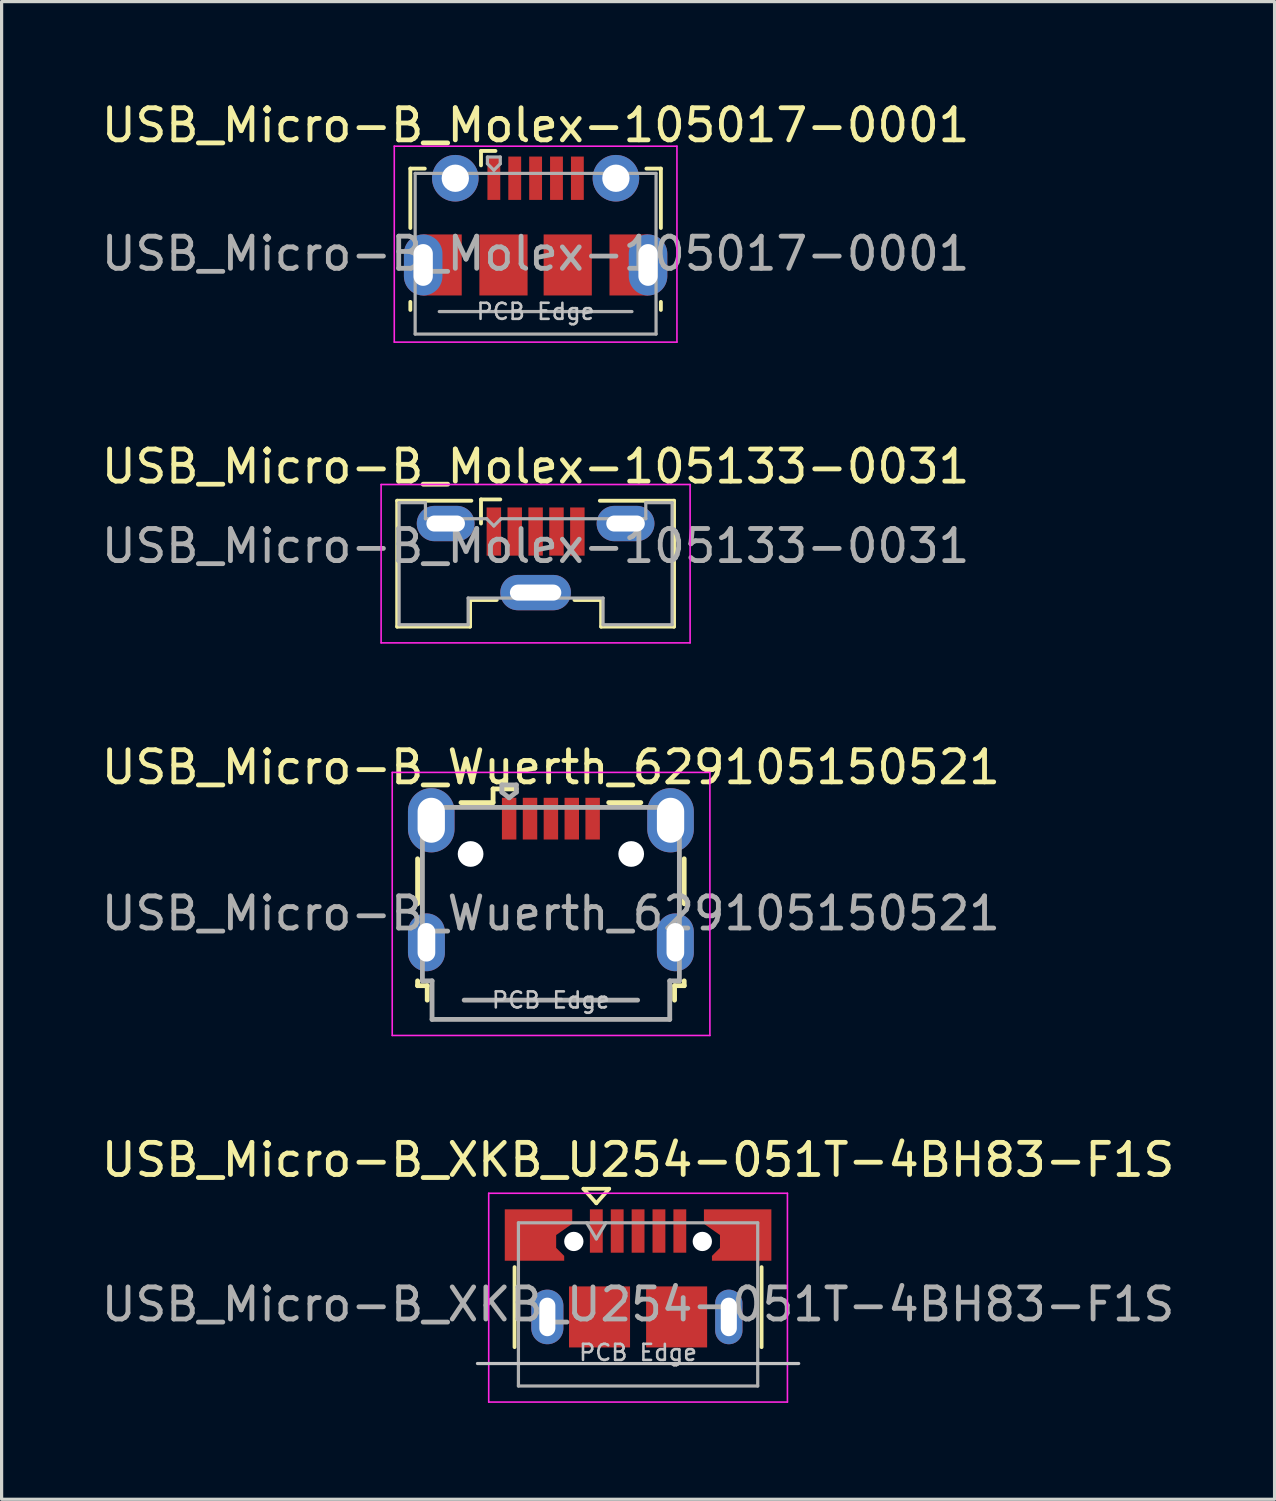
<source format=kicad_pcb>
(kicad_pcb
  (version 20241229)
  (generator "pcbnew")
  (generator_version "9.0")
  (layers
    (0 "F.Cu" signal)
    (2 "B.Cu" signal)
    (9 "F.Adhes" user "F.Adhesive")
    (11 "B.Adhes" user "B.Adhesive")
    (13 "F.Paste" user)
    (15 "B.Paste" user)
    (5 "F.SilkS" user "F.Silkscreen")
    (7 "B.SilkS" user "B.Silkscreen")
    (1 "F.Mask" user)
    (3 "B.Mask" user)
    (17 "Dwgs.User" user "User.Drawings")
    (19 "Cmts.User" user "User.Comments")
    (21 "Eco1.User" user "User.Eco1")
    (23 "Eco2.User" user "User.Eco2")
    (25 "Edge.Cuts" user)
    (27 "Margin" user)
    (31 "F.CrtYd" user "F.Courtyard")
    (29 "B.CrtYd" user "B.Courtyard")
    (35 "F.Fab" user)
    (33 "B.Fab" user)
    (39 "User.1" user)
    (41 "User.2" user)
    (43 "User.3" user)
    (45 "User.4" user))
  (footprint "USB_Micro-B_Wuerth_629105150521"
    (layer "F.Cu")
    (at 14.101 24.337)
    (property "Reference" "USB_Micro-B_Wuerth_629105150521" (at 0 -3.5 0) (layer "F.SilkS") (effects (font (size 1 1) (thickness 0.15))))
    (attr smd)
    (fp_line (start -4.15 -0.65) (end -4.15 0.75) (stroke (width 0.15) (type solid)) (layer "F.SilkS"))
    (fp_line (start -4.15 3.15) (end -4.15 3.3) (stroke (width 0.15) (type solid)) (layer "F.SilkS"))
    (fp_line (start -4.15 3.3) (end -3.85 3.3) (stroke (width 0.15) (type solid)) (layer "F.SilkS"))
    (fp_line (start -3.85 3.3) (end -3.85 3.75) (stroke (width 0.15) (type solid)) (layer "F.SilkS"))
    (fp_line (start -1.8 -2.825) (end -1.8 -2.4) (stroke (width 0.15) (type solid)) (layer "F.SilkS"))
    (fp_line (start -1.8 -2.4) (end -2.8 -2.4) (stroke (width 0.15) (type solid)) (layer "F.SilkS"))
    (fp_line (start -1.075 -2.825) (end -1.8 -2.825) (stroke (width 0.15) (type solid)) (layer "F.SilkS"))
    (fp_line (start 1.8 -2.4) (end 2.8 -2.4) (stroke (width 0.15) (type solid)) (layer "F.SilkS"))
    (fp_line (start 3.85 3.3) (end 4.15 3.3) (stroke (width 0.15) (type solid)) (layer "F.SilkS"))
    (fp_line (start 3.85 3.75) (end 3.85 3.3) (stroke (width 0.15) (type solid)) (layer "F.SilkS"))
    (fp_line (start 4.15 0.75) (end 4.15 -0.65) (stroke (width 0.15) (type solid)) (layer "F.SilkS"))
    (fp_line (start 4.15 3.3) (end 4.15 3.15) (stroke (width 0.15) (type solid)) (layer "F.SilkS"))
    (fp_line (start -4.94 -3.34) (end -4.94 4.85) (stroke (width 0.05) (type solid)) (layer "F.CrtYd"))
    (fp_line (start -4.94 4.85) (end 4.95 4.85) (stroke (width 0.05) (type solid)) (layer "F.CrtYd"))
    (fp_line (start 4.95 -3.34) (end -4.94 -3.34) (stroke (width 0.05) (type solid)) (layer "F.CrtYd"))
    (fp_line (start 4.95 4.85) (end 4.95 -3.34) (stroke (width 0.05) (type solid)) (layer "F.CrtYd"))
    (fp_line (start -4 -2.25) (end -4 3.15) (stroke (width 0.15) (type solid)) (layer "F.Fab"))
    (fp_line (start -4 3.15) (end -3.7 3.15) (stroke (width 0.15) (type solid)) (layer "F.Fab"))
    (fp_line (start -3.7 3.15) (end -3.7 4.35) (stroke (width 0.15) (type solid)) (layer "F.Fab"))
    (fp_line (start -3.7 4.35) (end 3.7 4.35) (stroke (width 0.15) (type solid)) (layer "F.Fab"))
    (fp_line (start -2.7 3.75) (end 2.7 3.75) (stroke (width 0.15) (type solid)) (layer "F.Fab"))
    (fp_line (start -1.525 -2.95) (end -1.075 -2.95) (stroke (width 0.15) (type solid)) (layer "F.Fab"))
    (fp_line (start -1.525 -2.725) (end -1.525 -2.95) (stroke (width 0.15) (type solid)) (layer "F.Fab"))
    (fp_line (start -1.3 -2.55) (end -1.525 -2.725) (stroke (width 0.15) (type solid)) (layer "F.Fab"))
    (fp_line (start -1.075 -2.95) (end -1.075 -2.725) (stroke (width 0.15) (type solid)) (layer "F.Fab"))
    (fp_line (start -1.075 -2.725) (end -1.3 -2.55) (stroke (width 0.15) (type solid)) (layer "F.Fab"))
    (fp_line (start 3.7 3.15) (end 4 3.15) (stroke (width 0.15) (type solid)) (layer "F.Fab"))
    (fp_line (start 3.7 4.35) (end 3.7 3.15) (stroke (width 0.15) (type solid)) (layer "F.Fab"))
    (fp_line (start 4 -2.25) (end -4 -2.25) (stroke (width 0.15) (type solid)) (layer "F.Fab"))
    (fp_line (start 4 3.15) (end 4 -2.25) (stroke (width 0.15) (type solid)) (layer "F.Fab"))
    (fp_text user "PCB Edge" (at 0 3.75 0) (layer "Dwgs.User") (effects (font (size 0.5 0.5) (thickness 0.08))))
    (fp_text user "${REFERENCE}" (at 0 1.05 0) (layer "F.Fab") (effects (font (size 1 1) (thickness 0.15))))
    (pad "" np_thru_hole oval (at -2.5 -0.8) (size 0.8 0.8) (drill 0.8) (layers "*.Cu" "*.Mask"))
    (pad "" np_thru_hole oval (at 2.5 -0.8) (size 0.8 0.8) (drill 0.8) (layers "*.Cu" "*.Mask"))
    (pad "1" smd rect (at -1.3 -1.9) (size 0.45 1.3) (layers "F.Cu" "F.Mask" "F.Paste"))
    (pad "2" smd rect (at -0.65 -1.9) (size 0.45 1.3) (layers "F.Cu" "F.Mask" "F.Paste"))
    (pad "3" smd rect (at 0 -1.9) (size 0.45 1.3) (layers "F.Cu" "F.Mask" "F.Paste"))
    (pad "4" smd rect (at 0.65 -1.9) (size 0.45 1.3) (layers "F.Cu" "F.Mask" "F.Paste"))
    (pad "5" smd rect (at 1.3 -1.9) (size 0.45 1.3) (layers "F.Cu" "F.Mask" "F.Paste"))
    (pad "6" thru_hole oval (at -3.875 1.95) (size 1.15 1.8) (drill oval 0.55 1.2) (property pad_prop_heatsink) (layers "*.Cu" "*.Mask"))
    (pad "6" thru_hole oval (at -3.725 -1.85) (size 1.45 2) (drill oval 0.85 1.4) (property pad_prop_heatsink) (layers "*.Cu" "*.Mask"))
    (pad "6" thru_hole oval (at 3.725 -1.85) (size 1.45 2) (drill oval 0.85 1.4) (property pad_prop_heatsink) (layers "*.Cu" "*.Mask"))
    (pad "6" thru_hole oval (at 3.875 1.95) (size 1.15 1.8) (drill oval 0.55 1.2) (property pad_prop_heatsink) (layers "*.Cu" "*.Mask")))
  (footprint "USB_Micro-B_Molex-105017-0001"
    (layer "F.Cu")
    (at 13.625 3.961)
    (property "Reference" "USB_Micro-B_Molex-105017-0001" (at 0 -3.112 0) (layer "F.SilkS") (effects (font (size 1 1) (thickness 0.15))))
    (attr smd)
    (fp_line (start -3.9 -1.762) (end -3.45 -1.762) (stroke (width 0.12) (type solid)) (layer "F.SilkS"))
    (fp_line (start -3.9 0.087) (end -3.9 -1.762) (stroke (width 0.12) (type solid)) (layer "F.SilkS"))
    (fp_line (start -3.9 2.638) (end -3.9 2.388) (stroke (width 0.12) (type solid)) (layer "F.SilkS"))
    (fp_line (start -1.7 -2.312) (end -1.7 -1.863) (stroke (width 0.12) (type solid)) (layer "F.SilkS"))
    (fp_line (start -1.7 -2.312) (end -1.25 -2.312) (stroke (width 0.12) (type solid)) (layer "F.SilkS"))
    (fp_line (start 3.9 -1.762) (end 3.45 -1.762) (stroke (width 0.12) (type solid)) (layer "F.SilkS"))
    (fp_line (start 3.9 0.087) (end 3.9 -1.762) (stroke (width 0.12) (type solid)) (layer "F.SilkS"))
    (fp_line (start 3.9 2.638) (end 3.9 2.388) (stroke (width 0.12) (type solid)) (layer "F.SilkS"))
    (fp_line (start -4.4 -2.46) (end 4.4 -2.46) (stroke (width 0.05) (type solid)) (layer "F.CrtYd"))
    (fp_line (start -4.4 3.64) (end -4.4 -2.46) (stroke (width 0.05) (type solid)) (layer "F.CrtYd"))
    (fp_line (start -4.4 3.64) (end 4.4 3.64) (stroke (width 0.05) (type solid)) (layer "F.CrtYd"))
    (fp_line (start 4.4 -2.46) (end 4.4 3.64) (stroke (width 0.05) (type solid)) (layer "F.CrtYd"))
    (fp_line (start -3.75 -1.613) (end 3.75 -1.613) (stroke (width 0.1) (type solid)) (layer "F.Fab"))
    (fp_line (start -3.75 3.388) (end -3.75 -1.613) (stroke (width 0.1) (type solid)) (layer "F.Fab"))
    (fp_line (start -3.75 3.389) (end 3.75 3.389) (stroke (width 0.1) (type solid)) (layer "F.Fab"))
    (fp_line (start -3 2.689) (end 3 2.689) (stroke (width 0.1) (type solid)) (layer "F.Fab"))
    (fp_line (start -1.5 -2.123) (end -1.5 -1.913) (stroke (width 0.1) (type solid)) (layer "F.Fab"))
    (fp_line (start -1.5 -2.123) (end -1.1 -2.123) (stroke (width 0.1) (type solid)) (layer "F.Fab"))
    (fp_line (start -1.3 -1.712) (end -1.5 -1.913) (stroke (width 0.1) (type solid)) (layer "F.Fab"))
    (fp_line (start -1.1 -2.123) (end -1.1 -1.913) (stroke (width 0.1) (type solid)) (layer "F.Fab"))
    (fp_line (start -1.1 -1.913) (end -1.3 -1.712) (stroke (width 0.1) (type solid)) (layer "F.Fab"))
    (fp_line (start 3.75 3.388) (end 3.75 -1.613) (stroke (width 0.1) (type solid)) (layer "F.Fab"))
    (fp_text user "PCB Edge" (at 0 2.688 0) (layer "Dwgs.User") (effects (font (size 0.5 0.5) (thickness 0.08))))
    (fp_text user "${REFERENCE}" (at 0 0.887 0) (layer "F.Fab") (effects (font (size 1 1) (thickness 0.15))))
    (pad "1" smd rect (at -1.3 -1.462) (size 0.4 1.35) (layers "F.Cu" "F.Mask" "F.Paste"))
    (pad "2" smd rect (at -0.65 -1.462) (size 0.4 1.35) (layers "F.Cu" "F.Mask" "F.Paste"))
    (pad "3" smd rect (at 0 -1.462) (size 0.4 1.35) (layers "F.Cu" "F.Mask" "F.Paste"))
    (pad "4" smd rect (at 0.65 -1.462) (size 0.4 1.35) (layers "F.Cu" "F.Mask" "F.Paste"))
    (pad "5" smd rect (at 1.3 -1.462) (size 0.4 1.35) (layers "F.Cu" "F.Mask" "F.Paste"))
    (pad "6" thru_hole oval (at -3.5 1.238 180) (size 1.2 1.9) (drill oval 0.6 1.3) (property pad_prop_heatsink) (layers "*.Cu" "*.Mask"))
    (pad "6" smd rect (at -2.9 1.238) (size 1.2 1.9) (layers "F.Cu" "F.Mask"))
    (pad "6" thru_hole circle (at -2.5 -1.462) (size 1.45 1.45) (drill 0.85) (property pad_prop_heatsink) (layers "*.Cu" "*.Mask"))
    (pad "6" smd rect (at -1 1.238) (size 1.5 1.9) (layers "F.Cu" "F.Mask" "F.Paste"))
    (pad "6" smd rect (at 1 1.238) (size 1.5 1.9) (layers "F.Cu" "F.Mask" "F.Paste"))
    (pad "6" thru_hole circle (at 2.5 -1.462) (size 1.45 1.45) (drill 0.85) (property pad_prop_heatsink) (layers "*.Cu" "*.Mask"))
    (pad "6" smd rect (at 2.9 1.238) (size 1.2 1.9) (layers "F.Cu" "F.Mask"))
    (pad "6" thru_hole oval (at 3.5 1.238) (size 1.2 1.9) (drill oval 0.6 1.3) (property pad_prop_heatsink) (layers "*.Cu" "*.Mask")))
  (footprint "USB_Micro-B_Molex-105133-0031"
    (layer "F.Cu")
    (at 13.625 14.324)
    (property "Reference" "USB_Micro-B_Molex-105133-0031" (at 0 -2.85 0) (layer "F.SilkS") (effects (font (size 1 1) (thickness 0.15))))
    (attr smd)
    (fp_line (start -4.31 -1.785) (end -4.31 2.135) (stroke (width 0.12) (type solid)) (layer "F.SilkS"))
    (fp_line (start -4.31 2.135) (end -2.04 2.135) (stroke (width 0.12) (type solid)) (layer "F.SilkS"))
    (fp_line (start -2.04 1.305) (end -2.04 2.135) (stroke (width 0.12) (type solid)) (layer "F.SilkS"))
    (fp_line (start -2.04 1.305) (end -1.21 1.305) (stroke (width 0.12) (type solid)) (layer "F.SilkS"))
    (fp_line (start -2 -1.785) (end -4.31 -1.785) (stroke (width 0.12) (type solid)) (layer "F.SilkS"))
    (fp_line (start -1.7 -1.825) (end -1.1 -1.825) (stroke (width 0.12) (type solid)) (layer "F.SilkS"))
    (fp_line (start -1.7 -1.075) (end -1.7 -1.825) (stroke (width 0.12) (type solid)) (layer "F.SilkS"))
    (fp_line (start 2 -1.785) (end 4.31 -1.785) (stroke (width 0.12) (type solid)) (layer "F.SilkS"))
    (fp_line (start 2.04 1.305) (end 1.21 1.305) (stroke (width 0.12) (type solid)) (layer "F.SilkS"))
    (fp_line (start 2.04 1.305) (end 2.04 2.135) (stroke (width 0.12) (type solid)) (layer "F.SilkS"))
    (fp_line (start 4.31 -1.785) (end 4.31 2.135) (stroke (width 0.12) (type solid)) (layer "F.SilkS"))
    (fp_line (start 4.31 2.135) (end 2.04 2.135) (stroke (width 0.12) (type solid)) (layer "F.SilkS"))
    (fp_line (start -4.81 -2.29) (end 4.81 -2.29) (stroke (width 0.05) (type solid)) (layer "F.CrtYd"))
    (fp_line (start -4.81 2.64) (end -4.81 -2.29) (stroke (width 0.05) (type solid)) (layer "F.CrtYd"))
    (fp_line (start -4.81 2.64) (end 4.81 2.64) (stroke (width 0.05) (type solid)) (layer "F.CrtYd"))
    (fp_line (start 4.81 2.64) (end 4.81 -2.29) (stroke (width 0.05) (type solid)) (layer "F.CrtYd"))
    (fp_line (start -4.25 -1.725) (end -4.25 2.075) (stroke (width 0.1) (type solid)) (layer "F.Fab"))
    (fp_line (start -4.25 2.075) (end -2.1 2.075) (stroke (width 0.1) (type solid)) (layer "F.Fab"))
    (fp_line (start -3.43 -1.725) (end -4.25 -1.725) (stroke (width 0.1) (type solid)) (layer "F.Fab"))
    (fp_line (start -3.43 -1.225) (end -3.43 -1.725) (stroke (width 0.1) (type solid)) (layer "F.Fab"))
    (fp_line (start -2.1 1.245) (end 2.1 1.245) (stroke (width 0.1) (type solid)) (layer "F.Fab"))
    (fp_line (start -2.1 2.075) (end -2.1 1.245) (stroke (width 0.1) (type solid)) (layer "F.Fab"))
    (fp_line (start -1.525 -1.225) (end -3.43 -1.225) (stroke (width 0.1) (type solid)) (layer "F.Fab"))
    (fp_line (start -1.525 -1.225) (end -1.3 -1) (stroke (width 0.1) (type solid)) (layer "F.Fab"))
    (fp_line (start -1.3 -1) (end -1.075 -1.225) (stroke (width 0.1) (type solid)) (layer "F.Fab"))
    (fp_line (start 2.1 1.245) (end 2.1 2.075) (stroke (width 0.1) (type solid)) (layer "F.Fab"))
    (fp_line (start 2.1 2.075) (end 4.25 2.075) (stroke (width 0.1) (type solid)) (layer "F.Fab"))
    (fp_line (start 3.43 -1.725) (end 3.43 -1.225) (stroke (width 0.1) (type solid)) (layer "F.Fab"))
    (fp_line (start 3.43 -1.225) (end -1.075 -1.225) (stroke (width 0.1) (type solid)) (layer "F.Fab"))
    (fp_line (start 4.25 -1.725) (end 3.43 -1.725) (stroke (width 0.1) (type solid)) (layer "F.Fab"))
    (fp_line (start 4.25 2.075) (end 4.25 -1.725) (stroke (width 0.1) (type solid)) (layer "F.Fab"))
    (fp_text user "${REFERENCE}" (at 0 -0.375 0) (layer "F.Fab") (effects (font (size 1 1) (thickness 0.15))))
    (pad "1" smd rect (at -1.3 -0.825) (size 0.45 1.5) (layers "F.Cu" "F.Mask" "F.Paste"))
    (pad "2" smd rect (at -0.65 -0.825) (size 0.45 1.5) (layers "F.Cu" "F.Mask" "F.Paste"))
    (pad "3" smd rect (at 0 -0.825) (size 0.45 1.5) (layers "F.Cu" "F.Mask" "F.Paste"))
    (pad "4" smd rect (at 0.65 -0.825) (size 0.45 1.5) (layers "F.Cu" "F.Mask" "F.Paste"))
    (pad "5" smd rect (at 1.3 -0.825) (size 0.45 1.5) (layers "F.Cu" "F.Mask" "F.Paste"))
    (pad "6" thru_hole oval (at -2.8 -1.075) (size 1.8 1.1) (drill oval 1.2 0.5) (property pad_prop_heatsink) (layers "*.Cu" "*.Mask"))
    (pad "6" thru_hole oval (at 0 1.075) (size 2.2 1.1) (drill oval 1.6 0.5) (property pad_prop_heatsink) (layers "*.Cu" "*.Mask"))
    (pad "6" thru_hole oval (at 2.8 -1.075) (size 1.8 1.1) (drill oval 1.2 0.5) (property pad_prop_heatsink) (layers "*.Cu" "*.Mask")))
  (footprint "USB_Micro-B_XKB_U254-051T-4BH83-F1S"
    (layer "F.Cu")
    (at 16.815 37.56)
    (property "Reference" "USB_Micro-B_XKB_U254-051T-4BH83-F1S" (at 0 -4.5 0) (layer "F.SilkS") (effects (font (size 1 1) (thickness 0.15))))
    (attr smd)
    (fp_line (start -3.845 -1.16) (end -3.845 1.33) (stroke (width 0.12) (type solid)) (layer "F.SilkS"))
    (fp_line (start -1.7 -3.6) (end -0.9 -3.6) (stroke (width 0.12) (type solid)) (layer "F.SilkS"))
    (fp_line (start -1.3 -3.15) (end -1.7 -3.6) (stroke (width 0.12) (type solid)) (layer "F.SilkS"))
    (fp_line (start -0.9 -3.6) (end -1.3 -3.15) (stroke (width 0.12) (type solid)) (layer "F.SilkS"))
    (fp_line (start 3.845 -1.16) (end 3.845 1.33) (stroke (width 0.12) (type solid)) (layer "F.SilkS"))
    (fp_line (start -5 1.84) (end 5 1.84) (stroke (width 0.1) (type solid)) (layer "Dwgs.User"))
    (fp_line (start -4.65 -3.46) (end 4.65 -3.46) (stroke (width 0.05) (type solid)) (layer "F.CrtYd"))
    (fp_line (start -4.65 3.04) (end -4.65 -3.46) (stroke (width 0.05) (type solid)) (layer "F.CrtYd"))
    (fp_line (start -4.65 3.04) (end 4.65 3.04) (stroke (width 0.05) (type solid)) (layer "F.CrtYd"))
    (fp_line (start 4.65 3.04) (end 4.65 -3.46) (stroke (width 0.05) (type solid)) (layer "F.CrtYd"))
    (fp_line (start -3.725 -2.54) (end 3.725 -2.54) (stroke (width 0.1) (type solid)) (layer "F.Fab"))
    (fp_line (start -3.725 2.54) (end -3.725 -2.54) (stroke (width 0.1) (type solid)) (layer "F.Fab"))
    (fp_line (start -3.725 2.54) (end 3.725 2.54) (stroke (width 0.1) (type solid)) (layer "F.Fab"))
    (fp_line (start -1.6 -2.54) (end -1.3 -2.04) (stroke (width 0.1) (type solid)) (layer "F.Fab"))
    (fp_line (start -1.3 -2.04) (end -1 -2.54) (stroke (width 0.1) (type solid)) (layer "F.Fab"))
    (fp_line (start 3.725 2.54) (end 3.725 -2.54) (stroke (width 0.1) (type solid)) (layer "F.Fab"))
    (fp_text user "PCB Edge" (at 0 1.5 0) (layer "Dwgs.User") (effects (font (size 0.5 0.5) (thickness 0.08))))
    (fp_text user "${REFERENCE}" (at 0 0 0) (unlocked yes) (layer "F.Fab") (effects (font (size 1 1) (thickness 0.15))))
    (pad "" np_thru_hole circle (at -2 -1.96) (size 0.6 0.6) (drill 0.6) (layers "*.Cu" "*.Mask"))
    (pad "" np_thru_hole circle (at 2 -1.96) (size 0.6 0.6) (drill 0.6) (layers "*.Cu" "*.Mask"))
    (pad "1" smd rect (at -1.3 -2.285) (size 0.4 1.35) (layers "F.Cu" "F.Mask" "F.Paste"))
    (pad "2" smd rect (at -0.65 -2.285) (size 0.4 1.35) (layers "F.Cu" "F.Mask" "F.Paste"))
    (pad "3" smd rect (at 0 -2.285) (size 0.4 1.35) (layers "F.Cu" "F.Mask" "F.Paste"))
    (pad "4" smd rect (at 0.65 -2.285) (size 0.4 1.35) (layers "F.Cu" "F.Mask" "F.Paste"))
    (pad "5" smd rect (at 1.3 -2.285) (size 0.4 1.35) (layers "F.Cu" "F.Mask" "F.Paste"))
    (pad "6" smd custom (at -3.1 -2.16) (size 1 1.1) (layers "F.Cu" "F.Mask" "F.Paste") (options (anchor rect)) (primitives (gr_poly (pts (xy 0.8 0.8) (xy -1.05 0.8) (xy -1.05 -0.8) (xy 1.05 -0.8) (xy 1.05 -0.35) (xy 0.55 0) (xy 0.55 0.4) (xy 0.8 0.65)) (width 0) (fill yes))))
    (pad "6" thru_hole oval (at -2.825 0.39) (size 1 1.7) (drill oval 0.5 1.2) (property pad_prop_heatsink) (layers "*.Cu" "*.Mask"))
    (pad "6" smd rect (at -1.2 0.39) (size 1.9 1.9) (layers "F.Cu" "F.Mask" "F.Paste"))
    (pad "6" smd rect (at 1.2 0.39) (size 1.9 1.9) (layers "F.Cu" "F.Mask" "F.Paste"))
    (pad "6" thru_hole oval (at 2.825 0.39) (size 0.85 1.7) (drill oval 0.5 1.2) (property pad_prop_heatsink) (layers "*.Cu" "*.Mask"))
    (pad "6" smd custom (at 3.1 -2.16) (size 1 1.1) (layers "F.Cu" "F.Mask" "F.Paste") (options (anchor rect)) (primitives (gr_poly (pts (xy -0.8 0.8) (xy 1.05 0.8) (xy 1.05 -0.8) (xy -1.05 -0.8) (xy -1.05 -0.35) (xy -0.55 0) (xy -0.55 0.4) (xy -0.8 0.65)) (width 0) (fill yes)))))
  (gr_rect
    (start -3 -3)
    (end 36.631 43.626)
    (stroke (width 0.1) (type default))
    (fill no)
    (layer "Edge.Cuts")))
</source>
